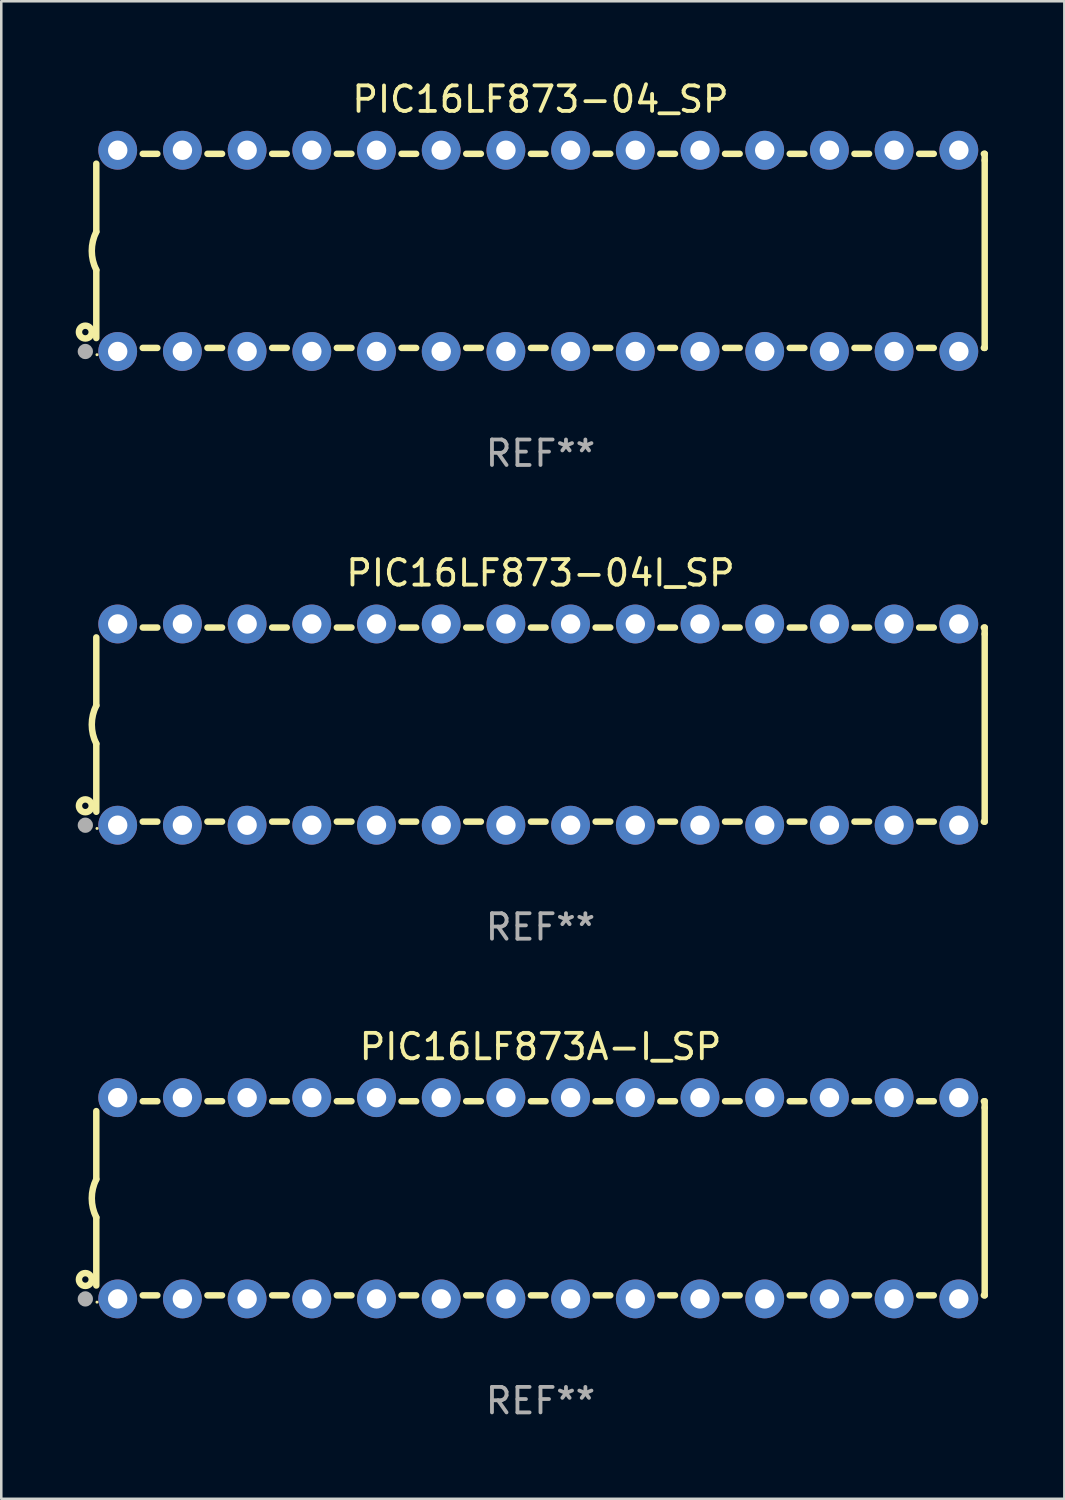
<source format=kicad_pcb>
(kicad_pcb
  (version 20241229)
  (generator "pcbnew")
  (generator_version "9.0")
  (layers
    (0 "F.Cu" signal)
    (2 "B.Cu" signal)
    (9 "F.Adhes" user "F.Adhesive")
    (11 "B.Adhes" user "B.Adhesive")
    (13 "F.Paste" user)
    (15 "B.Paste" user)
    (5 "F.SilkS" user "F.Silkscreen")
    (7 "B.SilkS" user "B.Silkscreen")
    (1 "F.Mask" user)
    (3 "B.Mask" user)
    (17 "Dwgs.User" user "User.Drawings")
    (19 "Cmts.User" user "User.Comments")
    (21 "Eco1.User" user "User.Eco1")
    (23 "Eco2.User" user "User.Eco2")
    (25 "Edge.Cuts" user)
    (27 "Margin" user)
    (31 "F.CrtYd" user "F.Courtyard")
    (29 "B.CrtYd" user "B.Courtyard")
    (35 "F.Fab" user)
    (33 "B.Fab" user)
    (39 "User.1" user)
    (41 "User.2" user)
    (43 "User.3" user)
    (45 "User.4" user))
  (footprint "PIC16LF873A-I_SP"
    (layer "F.Cu")
    (at 18.168 43.991)
    (property "Reference" "PIC16LF873A-I_SP" (at 0 -5.95 0) (layer "F.SilkS") (effects (font (size 1 1) (thickness 0.15))))
    (attr through_hole)
    (fp_line (start -17.438 0.75) (end -17.438 3.423) (stroke (width 0.254) (type solid)) (layer "F.SilkS"))
    (fp_line (start -17.438 -3.423) (end -17.438 -0.75) (stroke (width 0.254) (type solid)) (layer "F.SilkS"))
    (fp_line (start -15.615 3.81) (end -15.041 3.81) (stroke (width 0.254) (type solid)) (layer "F.SilkS"))
    (fp_line (start -15.041 -3.81) (end -15.614 -3.81) (stroke (width 0.254) (type solid)) (layer "F.SilkS"))
    (fp_line (start -13.075 3.81) (end -12.501 3.81) (stroke (width 0.254) (type solid)) (layer "F.SilkS"))
    (fp_line (start -12.501 -3.81) (end -13.074 -3.81) (stroke (width 0.254) (type solid)) (layer "F.SilkS"))
    (fp_line (start -10.535 3.81) (end -9.961 3.81) (stroke (width 0.254) (type solid)) (layer "F.SilkS"))
    (fp_line (start -9.961 -3.81) (end -10.534 -3.81) (stroke (width 0.254) (type solid)) (layer "F.SilkS"))
    (fp_line (start -7.995 3.81) (end -7.421 3.81) (stroke (width 0.254) (type solid)) (layer "F.SilkS"))
    (fp_line (start -7.421 -3.81) (end -7.995 -3.81) (stroke (width 0.254) (type solid)) (layer "F.SilkS"))
    (fp_line (start -5.455 3.81) (end -4.881 3.81) (stroke (width 0.254) (type solid)) (layer "F.SilkS"))
    (fp_line (start -4.881 -3.81) (end -5.455 -3.81) (stroke (width 0.254) (type solid)) (layer "F.SilkS"))
    (fp_line (start -2.915 3.81) (end -2.341 3.81) (stroke (width 0.254) (type solid)) (layer "F.SilkS"))
    (fp_line (start -2.341 -3.81) (end -2.915 -3.81) (stroke (width 0.254) (type solid)) (layer "F.SilkS"))
    (fp_line (start -0.375 3.81) (end 0.199 3.81) (stroke (width 0.254) (type solid)) (layer "F.SilkS"))
    (fp_line (start 0.199 -3.81) (end -0.375 -3.81) (stroke (width 0.254) (type solid)) (layer "F.SilkS"))
    (fp_line (start 2.165 3.81) (end 2.739 3.81) (stroke (width 0.254) (type solid)) (layer "F.SilkS"))
    (fp_line (start 2.739 -3.81) (end 2.165 -3.81) (stroke (width 0.254) (type solid)) (layer "F.SilkS"))
    (fp_line (start 4.705 3.81) (end 5.279 3.81) (stroke (width 0.254) (type solid)) (layer "F.SilkS"))
    (fp_line (start 5.279 -3.81) (end 4.705 -3.81) (stroke (width 0.254) (type solid)) (layer "F.SilkS"))
    (fp_line (start 7.245 3.81) (end 7.819 3.81) (stroke (width 0.254) (type solid)) (layer "F.SilkS"))
    (fp_line (start 7.819 -3.81) (end 7.245 -3.81) (stroke (width 0.254) (type solid)) (layer "F.SilkS"))
    (fp_line (start 9.785 3.81) (end 10.359 3.81) (stroke (width 0.254) (type solid)) (layer "F.SilkS"))
    (fp_line (start 10.359 -3.81) (end 9.785 -3.81) (stroke (width 0.254) (type solid)) (layer "F.SilkS"))
    (fp_line (start 12.325 3.81) (end 12.899 3.81) (stroke (width 0.254) (type solid)) (layer "F.SilkS"))
    (fp_line (start 12.899 -3.81) (end 12.325 -3.81) (stroke (width 0.254) (type solid)) (layer "F.SilkS"))
    (fp_line (start 14.865 3.81) (end 15.439 3.81) (stroke (width 0.254) (type solid)) (layer "F.SilkS"))
    (fp_line (start 15.439 -3.81) (end 14.865 -3.81) (stroke (width 0.254) (type solid)) (layer "F.SilkS"))
    (fp_line (start 17.405 3.81) (end 17.438 3.81) (stroke (width 0.254) (type solid)) (layer "F.SilkS"))
    (fp_line (start 17.438 -3.81) (end 17.405 -3.81) (stroke (width 0.254) (type solid)) (layer "F.SilkS"))
    (fp_line (start 17.438 -3.556) (end 17.438 -3.81) (stroke (width 0.254) (type solid)) (layer "F.SilkS"))
    (fp_line (start 17.438 3.81) (end 17.438 -3.556) (stroke (width 0.254) (type solid)) (layer "F.SilkS"))
    (fp_arc (start -17.437986 0.749657) (mid -17.614887 -0.000024) (end -17.437783 -0.749657) (stroke (width 0.254001) (type solid)) (layer "F.SilkS"))
    (fp_circle (center -17.868 3.188) (end -17.743 3.188) (stroke (width 0.254) (type solid)) (fill no) (layer "F.SilkS"))
    (fp_circle (center -17.411 4.077) (end -17.381 4.077) (stroke (width 0.06) (type solid)) (fill no) (layer "F.SilkS"))
    (fp_circle (center -17.868 3.95) (end -17.718 3.95) (stroke (width 0.3) (type solid)) (fill no) (layer "F.Fab"))
    (fp_text user "REF**" (at 0 7.95 0) (layer "F.Fab") (effects (font (size 1 1) (thickness 0.15))))
    (pad "1" thru_hole circle (at -16.598 3.95) (size 1.524 1.524) (drill 0.762) (layers "*.Cu" "*.Mask"))
    (pad "2" thru_hole circle (at -14.058 3.95) (size 1.524 1.524) (drill 0.762) (layers "*.Cu" "*.Mask"))
    (pad "3" thru_hole circle (at -11.518 3.95) (size 1.524 1.524) (drill 0.762) (layers "*.Cu" "*.Mask"))
    (pad "4" thru_hole circle (at -8.978 3.95) (size 1.524 1.524) (drill 0.762) (layers "*.Cu" "*.Mask"))
    (pad "5" thru_hole circle (at -6.438 3.95) (size 1.524 1.524) (drill 0.762) (layers "*.Cu" "*.Mask"))
    (pad "6" thru_hole circle (at -3.898 3.95) (size 1.524 1.524) (drill 0.762) (layers "*.Cu" "*.Mask"))
    (pad "7" thru_hole circle (at -1.358 3.95) (size 1.524 1.524) (drill 0.762) (layers "*.Cu" "*.Mask"))
    (pad "8" thru_hole circle (at 1.182 3.95) (size 1.524 1.524) (drill 0.762) (layers "*.Cu" "*.Mask"))
    (pad "9" thru_hole circle (at 3.722 3.95) (size 1.524 1.524) (drill 0.762) (layers "*.Cu" "*.Mask"))
    (pad "10" thru_hole circle (at 6.262 3.95) (size 1.524 1.524) (drill 0.762) (layers "*.Cu" "*.Mask"))
    (pad "11" thru_hole circle (at 8.802 3.95) (size 1.524 1.524) (drill 0.762) (layers "*.Cu" "*.Mask"))
    (pad "12" thru_hole circle (at 11.342 3.95) (size 1.524 1.524) (drill 0.762) (layers "*.Cu" "*.Mask"))
    (pad "13" thru_hole circle (at 13.882 3.95) (size 1.524 1.524) (drill 0.762) (layers "*.Cu" "*.Mask"))
    (pad "14" thru_hole circle (at 16.422 3.95) (size 1.524 1.524) (drill 0.762) (layers "*.Cu" "*.Mask"))
    (pad "15" thru_hole circle (at 16.422 -3.95) (size 1.524 1.524) (drill 0.762) (layers "*.Cu" "*.Mask"))
    (pad "16" thru_hole circle (at 13.882 -3.95) (size 1.524 1.524) (drill 0.762) (layers "*.Cu" "*.Mask"))
    (pad "17" thru_hole circle (at 11.342 -3.95) (size 1.524 1.524) (drill 0.762) (layers "*.Cu" "*.Mask"))
    (pad "18" thru_hole circle (at 8.802 -3.95) (size 1.524 1.524) (drill 0.762) (layers "*.Cu" "*.Mask"))
    (pad "19" thru_hole circle (at 6.262 -3.95) (size 1.524 1.524) (drill 0.762) (layers "*.Cu" "*.Mask"))
    (pad "20" thru_hole circle (at 3.722 -3.95) (size 1.524 1.524) (drill 0.762) (layers "*.Cu" "*.Mask"))
    (pad "21" thru_hole circle (at 1.182 -3.95) (size 1.524 1.524) (drill 0.762) (layers "*.Cu" "*.Mask"))
    (pad "22" thru_hole circle (at -1.358 -3.95) (size 1.524 1.524) (drill 0.762) (layers "*.Cu" "*.Mask"))
    (pad "23" thru_hole circle (at -3.898 -3.95) (size 1.524 1.524) (drill 0.762) (layers "*.Cu" "*.Mask"))
    (pad "24" thru_hole circle (at -6.438 -3.95) (size 1.524 1.524) (drill 0.762) (layers "*.Cu" "*.Mask"))
    (pad "25" thru_hole circle (at -8.978 -3.95) (size 1.524 1.524) (drill 0.762) (layers "*.Cu" "*.Mask"))
    (pad "26" thru_hole circle (at -11.517 -3.95) (size 1.524 1.524) (drill 0.762) (layers "*.Cu" "*.Mask"))
    (pad "27" thru_hole circle (at -14.057 -3.95) (size 1.524 1.524) (drill 0.762) (layers "*.Cu" "*.Mask"))
    (pad "28" thru_hole circle (at -16.597 -3.95) (size 1.524 1.524) (drill 0.762) (layers "*.Cu" "*.Mask")))
  (footprint "PIC16LF873-04_SP"
    (layer "F.Cu")
    (at 18.168 6.798)
    (property "Reference" "PIC16LF873-04_SP" (at 0 -5.95 0) (layer "F.SilkS") (effects (font (size 1 1) (thickness 0.15))))
    (attr through_hole)
    (fp_line (start -17.438 0.75) (end -17.438 3.423) (stroke (width 0.254) (type solid)) (layer "F.SilkS"))
    (fp_line (start -17.438 -3.423) (end -17.438 -0.75) (stroke (width 0.254) (type solid)) (layer "F.SilkS"))
    (fp_line (start -15.615 3.81) (end -15.041 3.81) (stroke (width 0.254) (type solid)) (layer "F.SilkS"))
    (fp_line (start -15.041 -3.81) (end -15.614 -3.81) (stroke (width 0.254) (type solid)) (layer "F.SilkS"))
    (fp_line (start -13.075 3.81) (end -12.501 3.81) (stroke (width 0.254) (type solid)) (layer "F.SilkS"))
    (fp_line (start -12.501 -3.81) (end -13.074 -3.81) (stroke (width 0.254) (type solid)) (layer "F.SilkS"))
    (fp_line (start -10.535 3.81) (end -9.961 3.81) (stroke (width 0.254) (type solid)) (layer "F.SilkS"))
    (fp_line (start -9.961 -3.81) (end -10.534 -3.81) (stroke (width 0.254) (type solid)) (layer "F.SilkS"))
    (fp_line (start -7.995 3.81) (end -7.421 3.81) (stroke (width 0.254) (type solid)) (layer "F.SilkS"))
    (fp_line (start -7.421 -3.81) (end -7.995 -3.81) (stroke (width 0.254) (type solid)) (layer "F.SilkS"))
    (fp_line (start -5.455 3.81) (end -4.881 3.81) (stroke (width 0.254) (type solid)) (layer "F.SilkS"))
    (fp_line (start -4.881 -3.81) (end -5.455 -3.81) (stroke (width 0.254) (type solid)) (layer "F.SilkS"))
    (fp_line (start -2.915 3.81) (end -2.341 3.81) (stroke (width 0.254) (type solid)) (layer "F.SilkS"))
    (fp_line (start -2.341 -3.81) (end -2.915 -3.81) (stroke (width 0.254) (type solid)) (layer "F.SilkS"))
    (fp_line (start -0.375 3.81) (end 0.199 3.81) (stroke (width 0.254) (type solid)) (layer "F.SilkS"))
    (fp_line (start 0.199 -3.81) (end -0.375 -3.81) (stroke (width 0.254) (type solid)) (layer "F.SilkS"))
    (fp_line (start 2.165 3.81) (end 2.739 3.81) (stroke (width 0.254) (type solid)) (layer "F.SilkS"))
    (fp_line (start 2.739 -3.81) (end 2.165 -3.81) (stroke (width 0.254) (type solid)) (layer "F.SilkS"))
    (fp_line (start 4.705 3.81) (end 5.279 3.81) (stroke (width 0.254) (type solid)) (layer "F.SilkS"))
    (fp_line (start 5.279 -3.81) (end 4.705 -3.81) (stroke (width 0.254) (type solid)) (layer "F.SilkS"))
    (fp_line (start 7.245 3.81) (end 7.819 3.81) (stroke (width 0.254) (type solid)) (layer "F.SilkS"))
    (fp_line (start 7.819 -3.81) (end 7.245 -3.81) (stroke (width 0.254) (type solid)) (layer "F.SilkS"))
    (fp_line (start 9.785 3.81) (end 10.359 3.81) (stroke (width 0.254) (type solid)) (layer "F.SilkS"))
    (fp_line (start 10.359 -3.81) (end 9.785 -3.81) (stroke (width 0.254) (type solid)) (layer "F.SilkS"))
    (fp_line (start 12.325 3.81) (end 12.899 3.81) (stroke (width 0.254) (type solid)) (layer "F.SilkS"))
    (fp_line (start 12.899 -3.81) (end 12.325 -3.81) (stroke (width 0.254) (type solid)) (layer "F.SilkS"))
    (fp_line (start 14.865 3.81) (end 15.439 3.81) (stroke (width 0.254) (type solid)) (layer "F.SilkS"))
    (fp_line (start 15.439 -3.81) (end 14.865 -3.81) (stroke (width 0.254) (type solid)) (layer "F.SilkS"))
    (fp_line (start 17.405 3.81) (end 17.438 3.81) (stroke (width 0.254) (type solid)) (layer "F.SilkS"))
    (fp_line (start 17.438 -3.81) (end 17.405 -3.81) (stroke (width 0.254) (type solid)) (layer "F.SilkS"))
    (fp_line (start 17.438 -3.556) (end 17.438 -3.81) (stroke (width 0.254) (type solid)) (layer "F.SilkS"))
    (fp_line (start 17.438 3.81) (end 17.438 -3.556) (stroke (width 0.254) (type solid)) (layer "F.SilkS"))
    (fp_arc (start -17.437986 0.749657) (mid -17.614887 -0.000024) (end -17.437783 -0.749657) (stroke (width 0.254001) (type solid)) (layer "F.SilkS"))
    (fp_circle (center -17.868 3.188) (end -17.743 3.188) (stroke (width 0.254) (type solid)) (fill no) (layer "F.SilkS"))
    (fp_circle (center -17.411 4.077) (end -17.381 4.077) (stroke (width 0.06) (type solid)) (fill no) (layer "F.SilkS"))
    (fp_circle (center -17.868 3.95) (end -17.718 3.95) (stroke (width 0.3) (type solid)) (fill no) (layer "F.Fab"))
    (fp_text user "REF**" (at 0 7.95 0) (layer "F.Fab") (effects (font (size 1 1) (thickness 0.15))))
    (pad "1" thru_hole circle (at -16.598 3.95) (size 1.524 1.524) (drill 0.762) (layers "*.Cu" "*.Mask"))
    (pad "2" thru_hole circle (at -14.058 3.95) (size 1.524 1.524) (drill 0.762) (layers "*.Cu" "*.Mask"))
    (pad "3" thru_hole circle (at -11.518 3.95) (size 1.524 1.524) (drill 0.762) (layers "*.Cu" "*.Mask"))
    (pad "4" thru_hole circle (at -8.978 3.95) (size 1.524 1.524) (drill 0.762) (layers "*.Cu" "*.Mask"))
    (pad "5" thru_hole circle (at -6.438 3.95) (size 1.524 1.524) (drill 0.762) (layers "*.Cu" "*.Mask"))
    (pad "6" thru_hole circle (at -3.898 3.95) (size 1.524 1.524) (drill 0.762) (layers "*.Cu" "*.Mask"))
    (pad "7" thru_hole circle (at -1.358 3.95) (size 1.524 1.524) (drill 0.762) (layers "*.Cu" "*.Mask"))
    (pad "8" thru_hole circle (at 1.182 3.95) (size 1.524 1.524) (drill 0.762) (layers "*.Cu" "*.Mask"))
    (pad "9" thru_hole circle (at 3.722 3.95) (size 1.524 1.524) (drill 0.762) (layers "*.Cu" "*.Mask"))
    (pad "10" thru_hole circle (at 6.262 3.95) (size 1.524 1.524) (drill 0.762) (layers "*.Cu" "*.Mask"))
    (pad "11" thru_hole circle (at 8.802 3.95) (size 1.524 1.524) (drill 0.762) (layers "*.Cu" "*.Mask"))
    (pad "12" thru_hole circle (at 11.342 3.95) (size 1.524 1.524) (drill 0.762) (layers "*.Cu" "*.Mask"))
    (pad "13" thru_hole circle (at 13.882 3.95) (size 1.524 1.524) (drill 0.762) (layers "*.Cu" "*.Mask"))
    (pad "14" thru_hole circle (at 16.422 3.95) (size 1.524 1.524) (drill 0.762) (layers "*.Cu" "*.Mask"))
    (pad "15" thru_hole circle (at 16.422 -3.95) (size 1.524 1.524) (drill 0.762) (layers "*.Cu" "*.Mask"))
    (pad "16" thru_hole circle (at 13.882 -3.95) (size 1.524 1.524) (drill 0.762) (layers "*.Cu" "*.Mask"))
    (pad "17" thru_hole circle (at 11.342 -3.95) (size 1.524 1.524) (drill 0.762) (layers "*.Cu" "*.Mask"))
    (pad "18" thru_hole circle (at 8.802 -3.95) (size 1.524 1.524) (drill 0.762) (layers "*.Cu" "*.Mask"))
    (pad "19" thru_hole circle (at 6.262 -3.95) (size 1.524 1.524) (drill 0.762) (layers "*.Cu" "*.Mask"))
    (pad "20" thru_hole circle (at 3.722 -3.95) (size 1.524 1.524) (drill 0.762) (layers "*.Cu" "*.Mask"))
    (pad "21" thru_hole circle (at 1.182 -3.95) (size 1.524 1.524) (drill 0.762) (layers "*.Cu" "*.Mask"))
    (pad "22" thru_hole circle (at -1.358 -3.95) (size 1.524 1.524) (drill 0.762) (layers "*.Cu" "*.Mask"))
    (pad "23" thru_hole circle (at -3.898 -3.95) (size 1.524 1.524) (drill 0.762) (layers "*.Cu" "*.Mask"))
    (pad "24" thru_hole circle (at -6.438 -3.95) (size 1.524 1.524) (drill 0.762) (layers "*.Cu" "*.Mask"))
    (pad "25" thru_hole circle (at -8.978 -3.95) (size 1.524 1.524) (drill 0.762) (layers "*.Cu" "*.Mask"))
    (pad "26" thru_hole circle (at -11.517 -3.95) (size 1.524 1.524) (drill 0.762) (layers "*.Cu" "*.Mask"))
    (pad "27" thru_hole circle (at -14.057 -3.95) (size 1.524 1.524) (drill 0.762) (layers "*.Cu" "*.Mask"))
    (pad "28" thru_hole circle (at -16.597 -3.95) (size 1.524 1.524) (drill 0.762) (layers "*.Cu" "*.Mask")))
  (footprint "PIC16LF873-04I_SP"
    (layer "F.Cu")
    (at 18.168 25.395)
    (property "Reference" "PIC16LF873-04I_SP" (at 0 -5.95 0) (layer "F.SilkS") (effects (font (size 1 1) (thickness 0.15))))
    (attr through_hole)
    (fp_line (start -17.438 0.75) (end -17.438 3.423) (stroke (width 0.254) (type solid)) (layer "F.SilkS"))
    (fp_line (start -17.438 -3.423) (end -17.438 -0.75) (stroke (width 0.254) (type solid)) (layer "F.SilkS"))
    (fp_line (start -15.615 3.81) (end -15.041 3.81) (stroke (width 0.254) (type solid)) (layer "F.SilkS"))
    (fp_line (start -15.041 -3.81) (end -15.614 -3.81) (stroke (width 0.254) (type solid)) (layer "F.SilkS"))
    (fp_line (start -13.075 3.81) (end -12.501 3.81) (stroke (width 0.254) (type solid)) (layer "F.SilkS"))
    (fp_line (start -12.501 -3.81) (end -13.074 -3.81) (stroke (width 0.254) (type solid)) (layer "F.SilkS"))
    (fp_line (start -10.535 3.81) (end -9.961 3.81) (stroke (width 0.254) (type solid)) (layer "F.SilkS"))
    (fp_line (start -9.961 -3.81) (end -10.534 -3.81) (stroke (width 0.254) (type solid)) (layer "F.SilkS"))
    (fp_line (start -7.995 3.81) (end -7.421 3.81) (stroke (width 0.254) (type solid)) (layer "F.SilkS"))
    (fp_line (start -7.421 -3.81) (end -7.995 -3.81) (stroke (width 0.254) (type solid)) (layer "F.SilkS"))
    (fp_line (start -5.455 3.81) (end -4.881 3.81) (stroke (width 0.254) (type solid)) (layer "F.SilkS"))
    (fp_line (start -4.881 -3.81) (end -5.455 -3.81) (stroke (width 0.254) (type solid)) (layer "F.SilkS"))
    (fp_line (start -2.915 3.81) (end -2.341 3.81) (stroke (width 0.254) (type solid)) (layer "F.SilkS"))
    (fp_line (start -2.341 -3.81) (end -2.915 -3.81) (stroke (width 0.254) (type solid)) (layer "F.SilkS"))
    (fp_line (start -0.375 3.81) (end 0.199 3.81) (stroke (width 0.254) (type solid)) (layer "F.SilkS"))
    (fp_line (start 0.199 -3.81) (end -0.375 -3.81) (stroke (width 0.254) (type solid)) (layer "F.SilkS"))
    (fp_line (start 2.165 3.81) (end 2.739 3.81) (stroke (width 0.254) (type solid)) (layer "F.SilkS"))
    (fp_line (start 2.739 -3.81) (end 2.165 -3.81) (stroke (width 0.254) (type solid)) (layer "F.SilkS"))
    (fp_line (start 4.705 3.81) (end 5.279 3.81) (stroke (width 0.254) (type solid)) (layer "F.SilkS"))
    (fp_line (start 5.279 -3.81) (end 4.705 -3.81) (stroke (width 0.254) (type solid)) (layer "F.SilkS"))
    (fp_line (start 7.245 3.81) (end 7.819 3.81) (stroke (width 0.254) (type solid)) (layer "F.SilkS"))
    (fp_line (start 7.819 -3.81) (end 7.245 -3.81) (stroke (width 0.254) (type solid)) (layer "F.SilkS"))
    (fp_line (start 9.785 3.81) (end 10.359 3.81) (stroke (width 0.254) (type solid)) (layer "F.SilkS"))
    (fp_line (start 10.359 -3.81) (end 9.785 -3.81) (stroke (width 0.254) (type solid)) (layer "F.SilkS"))
    (fp_line (start 12.325 3.81) (end 12.899 3.81) (stroke (width 0.254) (type solid)) (layer "F.SilkS"))
    (fp_line (start 12.899 -3.81) (end 12.325 -3.81) (stroke (width 0.254) (type solid)) (layer "F.SilkS"))
    (fp_line (start 14.865 3.81) (end 15.439 3.81) (stroke (width 0.254) (type solid)) (layer "F.SilkS"))
    (fp_line (start 15.439 -3.81) (end 14.865 -3.81) (stroke (width 0.254) (type solid)) (layer "F.SilkS"))
    (fp_line (start 17.405 3.81) (end 17.438 3.81) (stroke (width 0.254) (type solid)) (layer "F.SilkS"))
    (fp_line (start 17.438 -3.81) (end 17.405 -3.81) (stroke (width 0.254) (type solid)) (layer "F.SilkS"))
    (fp_line (start 17.438 -3.556) (end 17.438 -3.81) (stroke (width 0.254) (type solid)) (layer "F.SilkS"))
    (fp_line (start 17.438 3.81) (end 17.438 -3.556) (stroke (width 0.254) (type solid)) (layer "F.SilkS"))
    (fp_arc (start -17.437986 0.749657) (mid -17.614887 -0.000024) (end -17.437783 -0.749657) (stroke (width 0.254001) (type solid)) (layer "F.SilkS"))
    (fp_circle (center -17.868 3.188) (end -17.743 3.188) (stroke (width 0.254) (type solid)) (fill no) (layer "F.SilkS"))
    (fp_circle (center -17.411 4.077) (end -17.381 4.077) (stroke (width 0.06) (type solid)) (fill no) (layer "F.SilkS"))
    (fp_circle (center -17.868 3.95) (end -17.718 3.95) (stroke (width 0.3) (type solid)) (fill no) (layer "F.Fab"))
    (fp_text user "REF**" (at 0 7.95 0) (layer "F.Fab") (effects (font (size 1 1) (thickness 0.15))))
    (pad "1" thru_hole circle (at -16.598 3.95) (size 1.524 1.524) (drill 0.762) (layers "*.Cu" "*.Mask"))
    (pad "2" thru_hole circle (at -14.058 3.95) (size 1.524 1.524) (drill 0.762) (layers "*.Cu" "*.Mask"))
    (pad "3" thru_hole circle (at -11.518 3.95) (size 1.524 1.524) (drill 0.762) (layers "*.Cu" "*.Mask"))
    (pad "4" thru_hole circle (at -8.978 3.95) (size 1.524 1.524) (drill 0.762) (layers "*.Cu" "*.Mask"))
    (pad "5" thru_hole circle (at -6.438 3.95) (size 1.524 1.524) (drill 0.762) (layers "*.Cu" "*.Mask"))
    (pad "6" thru_hole circle (at -3.898 3.95) (size 1.524 1.524) (drill 0.762) (layers "*.Cu" "*.Mask"))
    (pad "7" thru_hole circle (at -1.358 3.95) (size 1.524 1.524) (drill 0.762) (layers "*.Cu" "*.Mask"))
    (pad "8" thru_hole circle (at 1.182 3.95) (size 1.524 1.524) (drill 0.762) (layers "*.Cu" "*.Mask"))
    (pad "9" thru_hole circle (at 3.722 3.95) (size 1.524 1.524) (drill 0.762) (layers "*.Cu" "*.Mask"))
    (pad "10" thru_hole circle (at 6.262 3.95) (size 1.524 1.524) (drill 0.762) (layers "*.Cu" "*.Mask"))
    (pad "11" thru_hole circle (at 8.802 3.95) (size 1.524 1.524) (drill 0.762) (layers "*.Cu" "*.Mask"))
    (pad "12" thru_hole circle (at 11.342 3.95) (size 1.524 1.524) (drill 0.762) (layers "*.Cu" "*.Mask"))
    (pad "13" thru_hole circle (at 13.882 3.95) (size 1.524 1.524) (drill 0.762) (layers "*.Cu" "*.Mask"))
    (pad "14" thru_hole circle (at 16.422 3.95) (size 1.524 1.524) (drill 0.762) (layers "*.Cu" "*.Mask"))
    (pad "15" thru_hole circle (at 16.422 -3.95) (size 1.524 1.524) (drill 0.762) (layers "*.Cu" "*.Mask"))
    (pad "16" thru_hole circle (at 13.882 -3.95) (size 1.524 1.524) (drill 0.762) (layers "*.Cu" "*.Mask"))
    (pad "17" thru_hole circle (at 11.342 -3.95) (size 1.524 1.524) (drill 0.762) (layers "*.Cu" "*.Mask"))
    (pad "18" thru_hole circle (at 8.802 -3.95) (size 1.524 1.524) (drill 0.762) (layers "*.Cu" "*.Mask"))
    (pad "19" thru_hole circle (at 6.262 -3.95) (size 1.524 1.524) (drill 0.762) (layers "*.Cu" "*.Mask"))
    (pad "20" thru_hole circle (at 3.722 -3.95) (size 1.524 1.524) (drill 0.762) (layers "*.Cu" "*.Mask"))
    (pad "21" thru_hole circle (at 1.182 -3.95) (size 1.524 1.524) (drill 0.762) (layers "*.Cu" "*.Mask"))
    (pad "22" thru_hole circle (at -1.358 -3.95) (size 1.524 1.524) (drill 0.762) (layers "*.Cu" "*.Mask"))
    (pad "23" thru_hole circle (at -3.898 -3.95) (size 1.524 1.524) (drill 0.762) (layers "*.Cu" "*.Mask"))
    (pad "24" thru_hole circle (at -6.438 -3.95) (size 1.524 1.524) (drill 0.762) (layers "*.Cu" "*.Mask"))
    (pad "25" thru_hole circle (at -8.978 -3.95) (size 1.524 1.524) (drill 0.762) (layers "*.Cu" "*.Mask"))
    (pad "26" thru_hole circle (at -11.517 -3.95) (size 1.524 1.524) (drill 0.762) (layers "*.Cu" "*.Mask"))
    (pad "27" thru_hole circle (at -14.057 -3.95) (size 1.524 1.524) (drill 0.762) (layers "*.Cu" "*.Mask"))
    (pad "28" thru_hole circle (at -16.597 -3.95) (size 1.524 1.524) (drill 0.762) (layers "*.Cu" "*.Mask")))
  (gr_rect
    (start -3 -3)
    (end 38.733 55.789)
    (stroke (width 0.1) (type default))
    (fill no)
    (layer "Edge.Cuts")))
</source>
